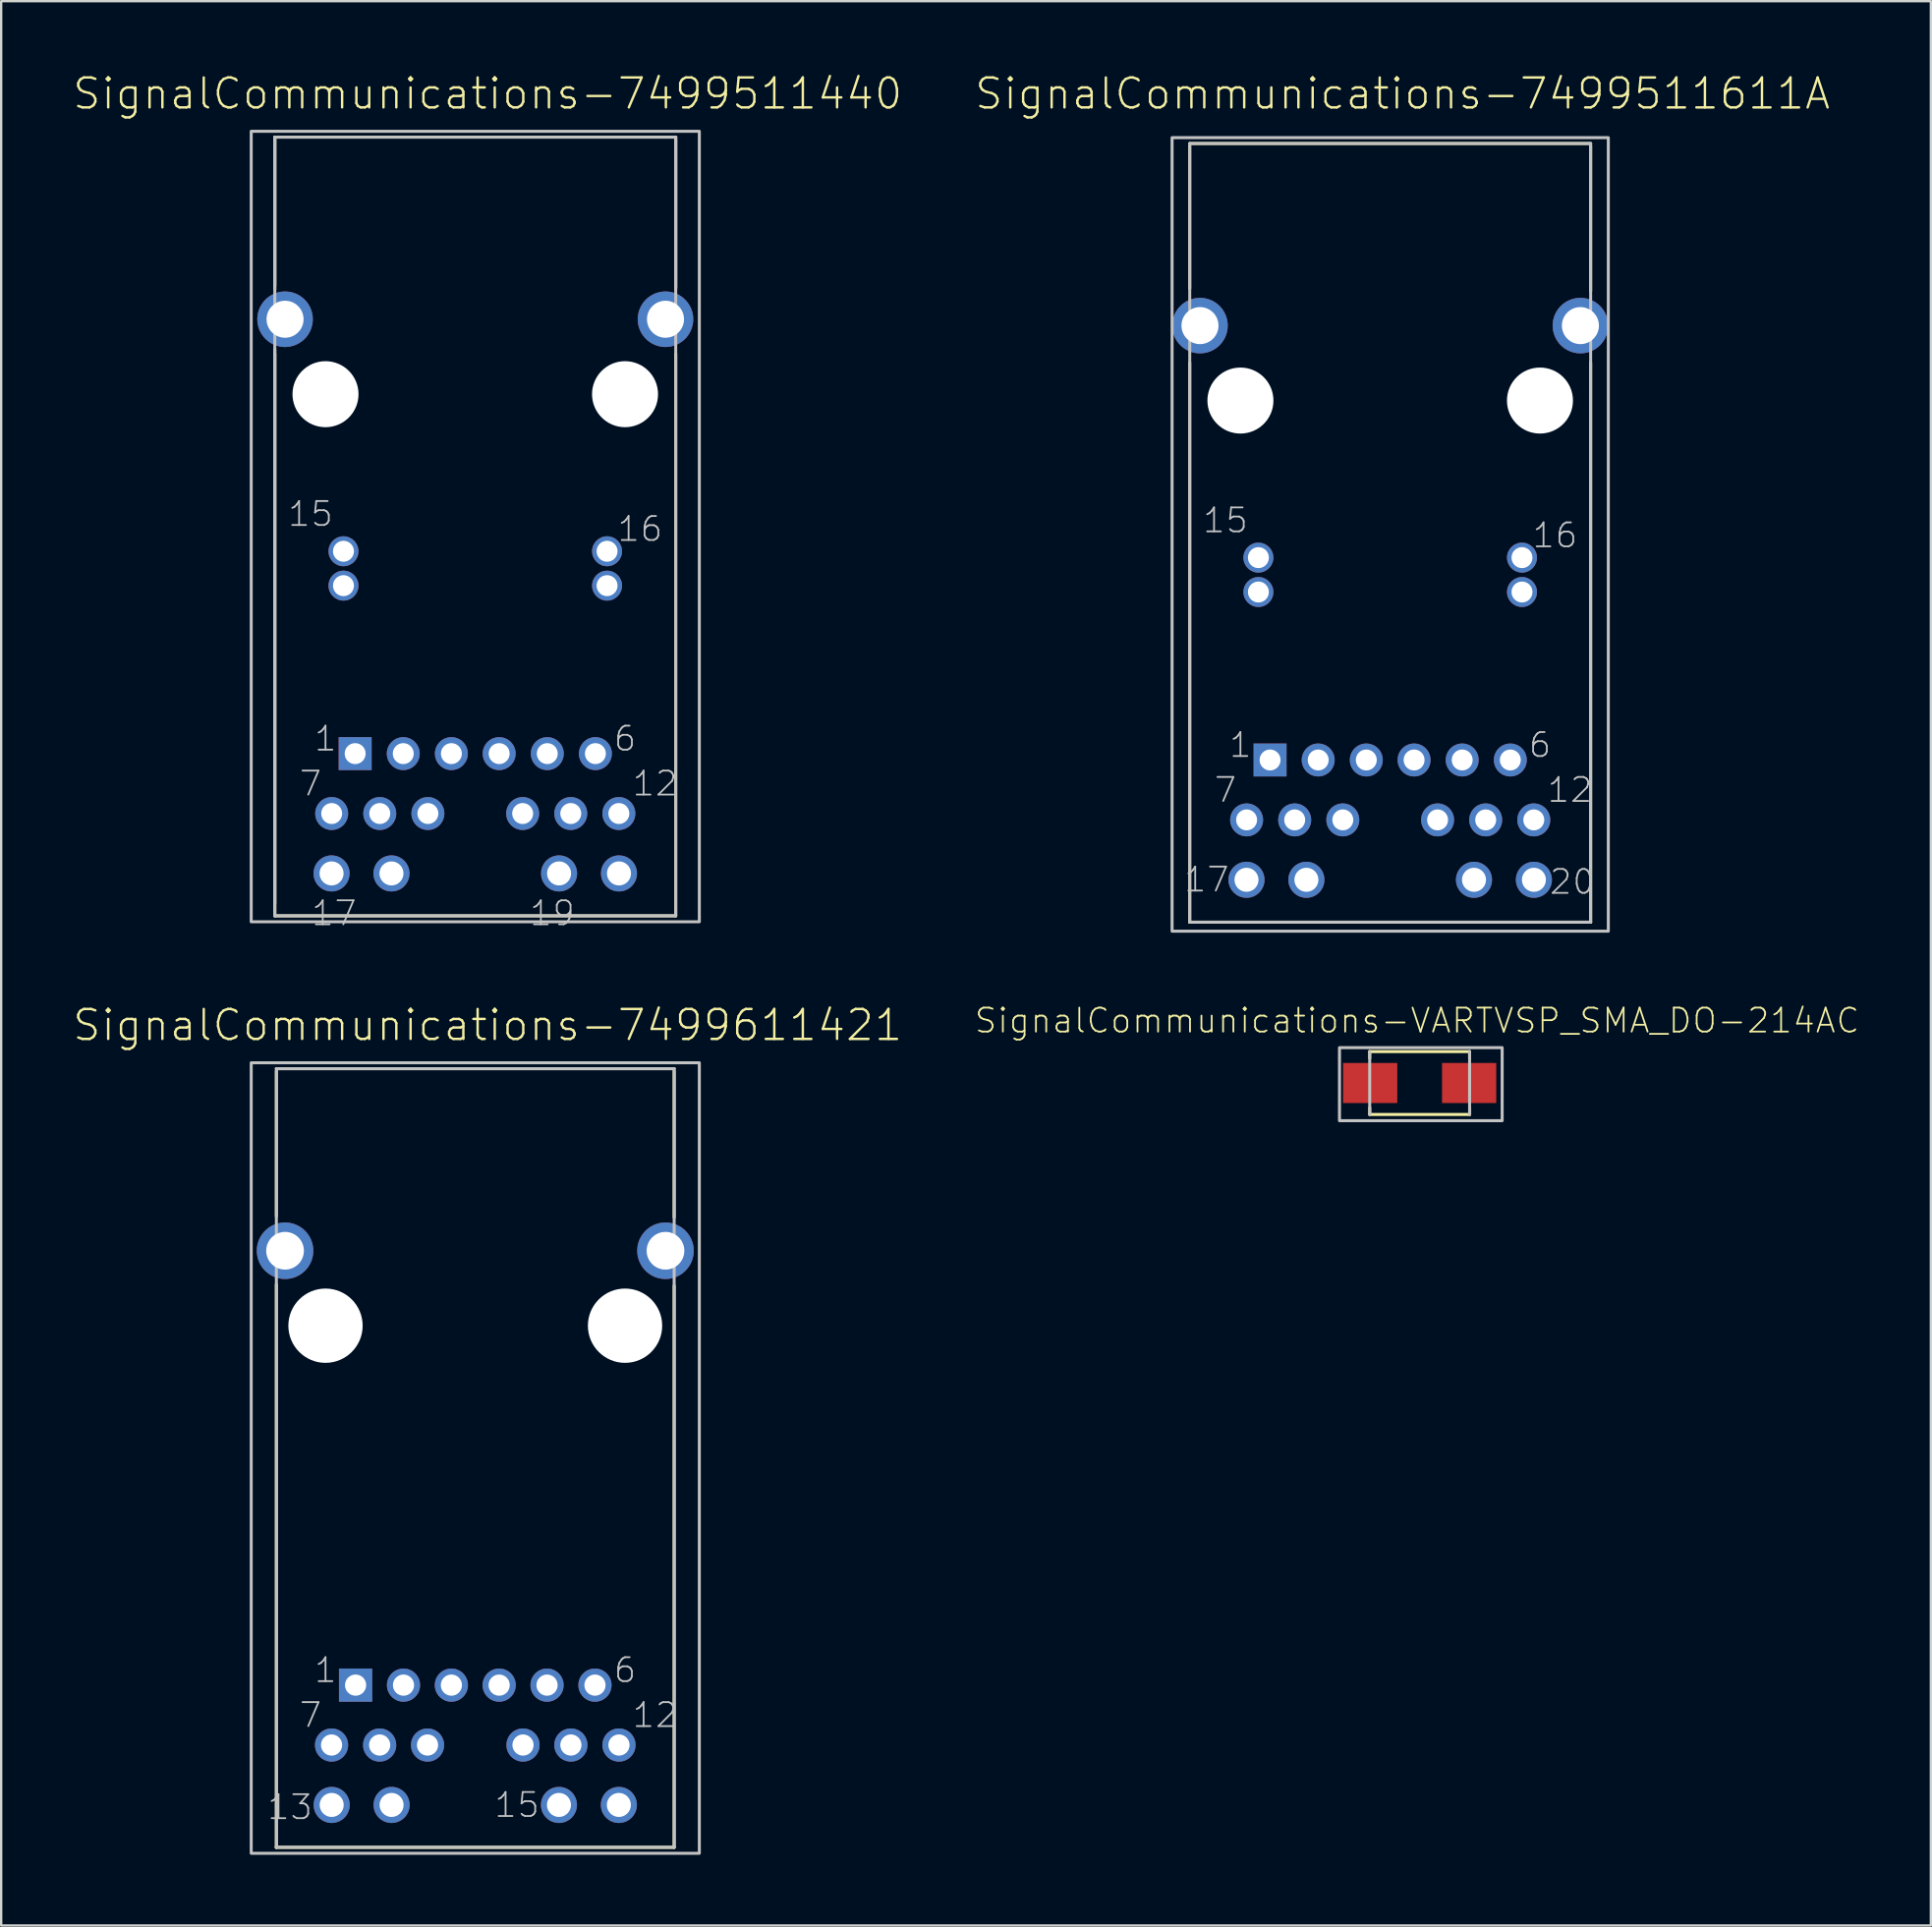
<source format=kicad_pcb>
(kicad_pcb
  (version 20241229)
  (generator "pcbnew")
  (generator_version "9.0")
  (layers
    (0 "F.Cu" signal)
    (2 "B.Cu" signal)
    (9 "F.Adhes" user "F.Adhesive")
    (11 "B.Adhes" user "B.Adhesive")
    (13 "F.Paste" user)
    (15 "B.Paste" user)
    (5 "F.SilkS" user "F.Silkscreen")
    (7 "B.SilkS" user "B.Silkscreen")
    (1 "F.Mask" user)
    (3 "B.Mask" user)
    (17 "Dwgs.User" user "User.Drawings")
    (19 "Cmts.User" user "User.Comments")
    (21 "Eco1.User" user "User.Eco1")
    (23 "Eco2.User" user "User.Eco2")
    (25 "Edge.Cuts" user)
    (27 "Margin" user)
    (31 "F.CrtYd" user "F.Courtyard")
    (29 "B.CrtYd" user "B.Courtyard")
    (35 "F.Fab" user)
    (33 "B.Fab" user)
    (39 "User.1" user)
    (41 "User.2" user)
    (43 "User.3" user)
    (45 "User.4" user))
  (footprint "SignalCommunications-7499511440"
    (layer "F.Cu")
    (at 17.101 13.664)
    (property "Reference" "SignalCommunications-7499511440" (at 0.523 -12.743 0) (layer "F.SilkS") (effects (font (size 1.27 1.27) (thickness 0.102))))
    (attr exclude_from_pos_files exclude_from_bom)
    (fp_line (start -8.499 -10.899) (end 8.499 -10.899) (stroke (width 0.127) (type solid)) (layer "F.SilkS"))
    (fp_line (start -8.499 -4.608) (end -8.499 -10.899) (stroke (width 0.127) (type solid)) (layer "F.SilkS"))
    (fp_line (start -8.499 22.118) (end -8.499 -1.72) (stroke (width 0.127) (type solid)) (layer "F.SilkS"))
    (fp_line (start -8.499 22.118) (end 8.499 22.118) (stroke (width 0.127) (type solid)) (layer "F.SilkS"))
    (fp_line (start 8.499 -10.899) (end 8.499 -4.529) (stroke (width 0.127) (type solid)) (layer "F.SilkS"))
    (fp_line (start 8.499 22.118) (end 8.499 -1.72) (stroke (width 0.127) (type solid)) (layer "F.SilkS"))
    (fp_line (start -8.499 -10.899) (end -8.499 22.118) (stroke (width 0.127) (type solid)) (layer "Dwgs.User"))
    (fp_line (start -8.499 -10.795) (end -8.499 -4.445) (stroke (width 0.127) (type solid)) (layer "Dwgs.User"))
    (fp_line (start -8.499 -1.905) (end -8.499 21.59) (stroke (width 0.127) (type solid)) (layer "Dwgs.User"))
    (fp_line (start -8.499 22.118) (end 8.499 22.118) (stroke (width 0.127) (type solid)) (layer "Dwgs.User"))
    (fp_line (start 8.499 -10.899) (end -8.499 -10.899) (stroke (width 0.127) (type solid)) (layer "Dwgs.User"))
    (fp_line (start 8.499 -10.899) (end 8.499 22.118) (stroke (width 0.127) (type solid)) (layer "Dwgs.User"))
    (fp_line (start 8.499 -10.795) (end 8.499 -4.445) (stroke (width 0.127) (type solid)) (layer "Dwgs.User"))
    (fp_poly (pts (xy -9.5 -11.148) (xy 9.5 -11.148) (xy 9.5 22.37) (xy -9.5 22.37) (xy -9.5 -11.148)) (stroke (width 0.127) (type solid)) (fill no) (layer "Dwgs.User"))
    (fp_text user "19" (at 3.264 22.009 0) (layer "Dwgs.User") (effects (font (size 1.016 1.016) (thickness 0.076))))
    (fp_text user "16" (at 6.985 5.715 0) (layer "Dwgs.User") (effects (font (size 1.016 1.016) (thickness 0.076))))
    (fp_text user "7" (at -6.985 16.51 0) (layer "Dwgs.User") (effects (font (size 1.016 1.016) (thickness 0.076))))
    (fp_text user "1" (at -6.35 14.605 0) (layer "Dwgs.User") (effects (font (size 1.016 1.016) (thickness 0.076))))
    (fp_text user "6" (at 6.35 14.605 0) (layer "Dwgs.User") (effects (font (size 1.016 1.016) (thickness 0.076))))
    (fp_text user "15" (at -6.985 5.08 0) (layer "Dwgs.User") (effects (font (size 1.016 1.016) (thickness 0.076))))
    (fp_text user "12" (at 7.62 16.51 0) (layer "Dwgs.User") (effects (font (size 1.016 1.016) (thickness 0.076))))
    (fp_text user "17" (at -5.984 22.009 0) (layer "Dwgs.User") (effects (font (size 1.016 1.016) (thickness 0.076))))
    (pad "" np_thru_hole circle (at -6.35 0) (size 2.799 2.799) (drill 2.799) (layers "*.Cu" "*.Mask"))
    (pad "" np_thru_hole circle (at 6.35 0) (size 2.799 2.799) (drill 2.799) (layers "*.Cu" "*.Mask"))
    (pad "1" thru_hole rect (at -5.093 15.24) (size 1.397 1.397) (drill 0.889) (layers "*.Cu" "*.Paste" "*.Mask"))
    (pad "2" thru_hole circle (at -3.053 15.24) (size 1.397 1.397) (drill 0.889) (layers "*.Cu" "*.Paste" "*.Mask"))
    (pad "3" thru_hole circle (at -1.013 15.24) (size 1.397 1.397) (drill 0.889) (layers "*.Cu" "*.Paste" "*.Mask"))
    (pad "4" thru_hole circle (at 1.013 15.24) (size 1.397 1.397) (drill 0.889) (layers "*.Cu" "*.Paste" "*.Mask"))
    (pad "5" thru_hole circle (at 3.053 15.24) (size 1.397 1.397) (drill 0.889) (layers "*.Cu" "*.Paste" "*.Mask"))
    (pad "6" thru_hole circle (at 5.093 15.24) (size 1.397 1.397) (drill 0.889) (layers "*.Cu" "*.Paste" "*.Mask"))
    (pad "7" thru_hole circle (at -6.088 17.78) (size 1.397 1.397) (drill 0.889) (layers "*.Cu" "*.Paste" "*.Mask"))
    (pad "8" thru_hole circle (at -4.049 17.78) (size 1.397 1.397) (drill 0.889) (layers "*.Cu" "*.Paste" "*.Mask"))
    (pad "9" thru_hole circle (at -2.009 17.78) (size 1.397 1.397) (drill 0.889) (layers "*.Cu" "*.Paste" "*.Mask"))
    (pad "10" thru_hole circle (at 2.009 17.78) (size 1.397 1.397) (drill 0.889) (layers "*.Cu" "*.Paste" "*.Mask"))
    (pad "11" thru_hole circle (at 4.049 17.78) (size 1.397 1.397) (drill 0.889) (layers "*.Cu" "*.Paste" "*.Mask"))
    (pad "12" thru_hole circle (at 6.088 17.78) (size 1.397 1.397) (drill 0.889) (layers "*.Cu" "*.Paste" "*.Mask"))
    (pad "13" thru_hole circle (at -5.588 8.118) (size 1.27 1.27) (drill 0.889) (layers "*.Cu" "*.Paste" "*.Mask"))
    (pad "14" thru_hole circle (at 5.588 8.118) (size 1.27 1.27) (drill 0.889) (layers "*.Cu" "*.Paste" "*.Mask"))
    (pad "15" thru_hole circle (at -5.588 6.66) (size 1.27 1.27) (drill 0.889) (layers "*.Cu" "*.Paste" "*.Mask"))
    (pad "16" thru_hole circle (at 5.588 6.66) (size 1.27 1.27) (drill 0.889) (layers "*.Cu" "*.Paste" "*.Mask"))
    (pad "17" thru_hole circle (at -6.093 20.32) (size 1.529 1.529) (drill 1.019) (layers "*.Cu" "*.Paste" "*.Mask"))
    (pad "18" thru_hole circle (at -3.553 20.32) (size 1.529 1.529) (drill 1.019) (layers "*.Cu" "*.Paste" "*.Mask"))
    (pad "19" thru_hole circle (at 3.553 20.32) (size 1.529 1.529) (drill 1.019) (layers "*.Cu" "*.Paste" "*.Mask"))
    (pad "20" thru_hole circle (at 6.093 20.32) (size 1.529 1.529) (drill 1.019) (layers "*.Cu" "*.Paste" "*.Mask"))
    (pad "Z1" thru_hole circle (at -8.065 -3.178) (size 2.355 2.355) (drill 1.57) (layers "*.Cu" "*.Paste" "*.Mask"))
    (pad "Z2" thru_hole circle (at 8.065 -3.178) (size 2.355 2.355) (drill 1.57) (layers "*.Cu" "*.Paste" "*.Mask")))
  (footprint "SignalCommunications-VARTVSP_SMA_DO-214AC"
    (layer "F.Cu")
    (at 57.142 42.871)
    (property "Reference" "SignalCommunications-VARTVSP_SMA_DO-214AC" (at -0.109 -2.647 0) (layer "F.SilkS") (effects (font (size 1.016 1.016) (thickness 0.076))))
    (attr smd)
    (fp_line (start -2.118 -1.046) (end -2.118 -1.336) (stroke (width 0.127) (type solid)) (layer "F.SilkS"))
    (fp_line (start -2.118 1.333) (end 2.118 1.333) (stroke (width 0.127) (type solid)) (layer "F.SilkS"))
    (fp_line (start -2.116 1.046) (end -2.116 1.336) (stroke (width 0.127) (type solid)) (layer "F.SilkS"))
    (fp_line (start 2.118 -1.333) (end -2.118 -1.333) (stroke (width 0.127) (type solid)) (layer "F.SilkS"))
    (fp_line (start 2.118 -1.046) (end 2.118 -1.333) (stroke (width 0.127) (type solid)) (layer "F.SilkS"))
    (fp_line (start 2.121 1.046) (end 2.121 1.336) (stroke (width 0.127) (type solid)) (layer "F.SilkS"))
    (fp_line (start -2.118 -1.333) (end -2.118 1.333) (stroke (width 0.127) (type solid)) (layer "Dwgs.User"))
    (fp_line (start 2.118 1.333) (end 2.118 -1.333) (stroke (width 0.127) (type solid)) (layer "Dwgs.User"))
    (fp_poly (pts (xy -3.399 -1.499) (xy 3.498 -1.499) (xy 3.498 1.598) (xy -3.399 1.598) (xy -3.399 -1.499)) (stroke (width 0.127) (type solid)) (fill no) (layer "Dwgs.User"))
    (pad "1" smd rect (at -2.098 0) (size 2.299 1.699) (layers "F.Cu" "F.Mask" "F.Paste"))
    (pad "2" smd rect (at 2.098 0) (size 2.299 1.699) (layers "F.Cu" "F.Mask" "F.Paste")))
  (footprint "SignalCommunications-7499611421"
    (layer "F.Cu")
    (at 17.101 53.161)
    (property "Reference" "SignalCommunications-7499611421" (at 0.523 -12.743 0) (layer "F.SilkS") (effects (font (size 1.27 1.27) (thickness 0.102))))
    (attr exclude_from_pos_files exclude_from_bom)
    (fp_line (start -8.438 22.118) (end -8.433 22.118) (stroke (width 0.127) (type solid)) (layer "F.SilkS"))
    (fp_line (start -8.433 -10.795) (end -8.433 -4.643) (stroke (width 0.127) (type solid)) (layer "F.SilkS"))
    (fp_line (start -8.433 -1.745) (end -8.433 22.118) (stroke (width 0.127) (type solid)) (layer "F.SilkS"))
    (fp_line (start -8.433 22.118) (end 8.433 22.118) (stroke (width 0.127) (type solid)) (layer "F.SilkS"))
    (fp_line (start 8.433 -10.899) (end -8.433 -10.899) (stroke (width 0.127) (type solid)) (layer "F.SilkS"))
    (fp_line (start 8.433 -10.795) (end 8.433 -4.595) (stroke (width 0.127) (type solid)) (layer "F.SilkS"))
    (fp_line (start 8.433 -1.694) (end 8.433 22.118) (stroke (width 0.127) (type solid)) (layer "F.SilkS"))
    (fp_line (start -8.433 -10.899) (end -8.433 22.118) (stroke (width 0.127) (type solid)) (layer "Dwgs.User"))
    (fp_line (start -8.433 22.118) (end 8.433 22.118) (stroke (width 0.127) (type solid)) (layer "Dwgs.User"))
    (fp_line (start 8.433 -10.899) (end -8.433 -10.899) (stroke (width 0.127) (type solid)) (layer "Dwgs.User"))
    (fp_line (start 8.433 -10.899) (end 8.433 22.118) (stroke (width 0.127) (type solid)) (layer "Dwgs.User"))
    (fp_poly (pts (xy -9.5 -11.148) (xy 9.5 -11.148) (xy 9.5 22.37) (xy -9.5 22.37) (xy -9.5 -11.148)) (stroke (width 0.127) (type solid)) (fill no) (layer "Dwgs.User"))
    (fp_text user "6" (at 6.35 14.605 0) (layer "Dwgs.User") (effects (font (size 1.016 1.016) (thickness 0.076))))
    (fp_text user "7" (at -6.985 16.51 0) (layer "Dwgs.User") (effects (font (size 1.016 1.016) (thickness 0.076))))
    (fp_text user "1" (at -6.35 14.605 0) (layer "Dwgs.User") (effects (font (size 1.016 1.016) (thickness 0.076))))
    (fp_text user "13" (at -7.859 20.414 0) (layer "Dwgs.User") (effects (font (size 1.016 1.016) (thickness 0.076))))
    (fp_text user "12" (at 7.62 16.51 0) (layer "Dwgs.User") (effects (font (size 1.016 1.016) (thickness 0.076))))
    (fp_text user "15" (at 1.768 20.323 0) (layer "Dwgs.User") (effects (font (size 1.016 1.016) (thickness 0.076))))
    (pad "" np_thru_hole circle (at -6.35 0) (size 3.15 3.15) (drill 3.15) (layers "*.Cu" "*.Mask"))
    (pad "" np_thru_hole circle (at 6.35 0) (size 3.15 3.15) (drill 3.15) (layers "*.Cu" "*.Mask"))
    (pad "1" thru_hole rect (at -5.075 15.24) (size 1.407 1.407) (drill 0.899) (layers "*.Cu" "*.Paste" "*.Mask"))
    (pad "2" thru_hole circle (at -3.043 15.24) (size 1.407 1.407) (drill 0.899) (layers "*.Cu" "*.Paste" "*.Mask"))
    (pad "3" thru_hole circle (at -1.013 15.24) (size 1.407 1.407) (drill 0.899) (layers "*.Cu" "*.Paste" "*.Mask"))
    (pad "4" thru_hole circle (at 1.013 15.24) (size 1.407 1.407) (drill 0.899) (layers "*.Cu" "*.Paste" "*.Mask"))
    (pad "5" thru_hole circle (at 3.043 15.24) (size 1.407 1.407) (drill 0.899) (layers "*.Cu" "*.Paste" "*.Mask"))
    (pad "6" thru_hole circle (at 5.075 15.24) (size 1.407 1.407) (drill 0.899) (layers "*.Cu" "*.Paste" "*.Mask"))
    (pad "7" thru_hole circle (at -6.093 17.78) (size 1.407 1.407) (drill 0.899) (layers "*.Cu" "*.Paste" "*.Mask"))
    (pad "8" thru_hole circle (at -4.054 17.78) (size 1.407 1.407) (drill 0.899) (layers "*.Cu" "*.Paste" "*.Mask"))
    (pad "9" thru_hole circle (at -2.024 17.78) (size 1.407 1.407) (drill 0.899) (layers "*.Cu" "*.Paste" "*.Mask"))
    (pad "10" thru_hole circle (at 2.024 17.78) (size 1.407 1.407) (drill 0.899) (layers "*.Cu" "*.Paste" "*.Mask"))
    (pad "11" thru_hole circle (at 4.054 17.78) (size 1.407 1.407) (drill 0.899) (layers "*.Cu" "*.Paste" "*.Mask"))
    (pad "12" thru_hole circle (at 6.093 17.78) (size 1.407 1.407) (drill 0.899) (layers "*.Cu" "*.Paste" "*.Mask"))
    (pad "13" thru_hole circle (at -6.088 20.32) (size 1.529 1.529) (drill 1.019) (layers "*.Cu" "*.Paste" "*.Mask"))
    (pad "14" thru_hole circle (at -3.548 20.32) (size 1.529 1.529) (drill 1.019) (layers "*.Cu" "*.Paste" "*.Mask"))
    (pad "15" thru_hole circle (at 3.548 20.32) (size 1.529 1.529) (drill 1.019) (layers "*.Cu" "*.Paste" "*.Mask"))
    (pad "16" thru_hole circle (at 6.088 20.32) (size 1.529 1.529) (drill 1.019) (layers "*.Cu" "*.Paste" "*.Mask"))
    (pad "Z1" thru_hole circle (at -8.065 -3.178) (size 2.398 2.398) (drill 1.598) (layers "*.Cu" "*.Paste" "*.Mask"))
    (pad "Z2" thru_hole circle (at 8.065 -3.178) (size 2.398 2.398) (drill 1.598) (layers "*.Cu" "*.Paste" "*.Mask")))
  (footprint "SignalCommunications-7499511611A"
    (layer "F.Cu")
    (at 55.893 13.934)
    (property "Reference" "SignalCommunications-7499511611A" (at 0.523 -13.012 0) (layer "F.SilkS") (effects (font (size 1.27 1.27) (thickness 0.102))))
    (attr exclude_from_pos_files exclude_from_bom)
    (fp_line (start -8.499 -10.795) (end -8.499 -4.745) (stroke (width 0.127) (type solid)) (layer "F.SilkS"))
    (fp_line (start -8.499 -1.603) (end -8.499 22.118) (stroke (width 0.127) (type solid)) (layer "F.SilkS"))
    (fp_line (start -8.499 22.118) (end 8.499 22.118) (stroke (width 0.127) (type solid)) (layer "F.SilkS"))
    (fp_line (start 8.499 -10.899) (end -8.499 -10.899) (stroke (width 0.127) (type solid)) (layer "F.SilkS"))
    (fp_line (start 8.499 -10.795) (end 8.499 -4.643) (stroke (width 0.127) (type solid)) (layer "F.SilkS"))
    (fp_line (start 8.499 -1.603) (end 8.499 22.118) (stroke (width 0.127) (type solid)) (layer "F.SilkS"))
    (fp_line (start -8.499 -10.899) (end -8.499 22.118) (stroke (width 0.127) (type solid)) (layer "Dwgs.User"))
    (fp_line (start -8.499 22.118) (end 8.499 22.118) (stroke (width 0.127) (type solid)) (layer "Dwgs.User"))
    (fp_line (start 8.499 -10.899) (end -8.499 -10.899) (stroke (width 0.127) (type solid)) (layer "Dwgs.User"))
    (fp_line (start 8.499 -10.899) (end 8.499 22.118) (stroke (width 0.127) (type solid)) (layer "Dwgs.User"))
    (fp_poly (pts (xy -9.248 -11.148) (xy 9.248 -11.148) (xy 9.248 22.499) (xy -9.248 22.499) (xy -9.248 -11.148)) (stroke (width 0.127) (type solid)) (fill no) (layer "Dwgs.User"))
    (fp_text user "12" (at 7.62 16.51 0) (layer "Dwgs.User") (effects (font (size 1.016 1.016) (thickness 0.076))))
    (fp_text user "16" (at 6.985 5.715 0) (layer "Dwgs.User") (effects (font (size 1.016 1.016) (thickness 0.076))))
    (fp_text user "17" (at -7.783 20.31 0) (layer "Dwgs.User") (effects (font (size 1.016 1.016) (thickness 0.076))))
    (fp_text user "6" (at 6.35 14.605 0) (layer "Dwgs.User") (effects (font (size 1.016 1.016) (thickness 0.076))))
    (fp_text user "20" (at 7.714 20.409 0) (layer "Dwgs.User") (effects (font (size 1.016 1.016) (thickness 0.076))))
    (fp_text user "1" (at -6.35 14.605 0) (layer "Dwgs.User") (effects (font (size 1.016 1.016) (thickness 0.076))))
    (fp_text user "7" (at -6.985 16.51 0) (layer "Dwgs.User") (effects (font (size 1.016 1.016) (thickness 0.076))))
    (fp_text user "15" (at -6.985 5.08 0) (layer "Dwgs.User") (effects (font (size 1.016 1.016) (thickness 0.076))))
    (pad "" np_thru_hole circle (at -6.35 0) (size 2.799 2.799) (drill 2.799) (layers "*.Cu" "*.Mask"))
    (pad "" np_thru_hole circle (at 6.35 0) (size 2.799 2.799) (drill 2.799) (layers "*.Cu" "*.Mask"))
    (pad "1" thru_hole rect (at -5.093 15.24) (size 1.397 1.397) (drill 0.889) (layers "*.Cu" "*.Paste" "*.Mask"))
    (pad "2" thru_hole circle (at -3.053 15.24) (size 1.397 1.397) (drill 0.889) (layers "*.Cu" "*.Paste" "*.Mask"))
    (pad "3" thru_hole circle (at -1.013 15.24) (size 1.397 1.397) (drill 0.889) (layers "*.Cu" "*.Paste" "*.Mask"))
    (pad "4" thru_hole circle (at 1.013 15.24) (size 1.397 1.397) (drill 0.889) (layers "*.Cu" "*.Paste" "*.Mask"))
    (pad "5" thru_hole circle (at 3.053 15.24) (size 1.397 1.397) (drill 0.889) (layers "*.Cu" "*.Paste" "*.Mask"))
    (pad "6" thru_hole circle (at 5.093 15.24) (size 1.397 1.397) (drill 0.889) (layers "*.Cu" "*.Paste" "*.Mask"))
    (pad "7" thru_hole circle (at -6.088 17.78) (size 1.397 1.397) (drill 0.889) (layers "*.Cu" "*.Paste" "*.Mask"))
    (pad "8" thru_hole circle (at -4.049 17.78) (size 1.397 1.397) (drill 0.889) (layers "*.Cu" "*.Paste" "*.Mask"))
    (pad "9" thru_hole circle (at -2.009 17.78) (size 1.397 1.397) (drill 0.889) (layers "*.Cu" "*.Paste" "*.Mask"))
    (pad "10" thru_hole circle (at 2.009 17.78) (size 1.397 1.397) (drill 0.889) (layers "*.Cu" "*.Paste" "*.Mask"))
    (pad "11" thru_hole circle (at 4.049 17.78) (size 1.397 1.397) (drill 0.889) (layers "*.Cu" "*.Paste" "*.Mask"))
    (pad "12" thru_hole circle (at 6.088 17.78) (size 1.397 1.397) (drill 0.889) (layers "*.Cu" "*.Paste" "*.Mask"))
    (pad "13" thru_hole circle (at -5.588 8.118) (size 1.27 1.27) (drill 0.889) (layers "*.Cu" "*.Paste" "*.Mask"))
    (pad "14" thru_hole circle (at 5.588 8.118) (size 1.27 1.27) (drill 0.889) (layers "*.Cu" "*.Paste" "*.Mask"))
    (pad "15" thru_hole circle (at -5.588 6.66) (size 1.27 1.27) (drill 0.889) (layers "*.Cu" "*.Paste" "*.Mask"))
    (pad "16" thru_hole circle (at 5.588 6.66) (size 1.27 1.27) (drill 0.889) (layers "*.Cu" "*.Paste" "*.Mask"))
    (pad "17" thru_hole circle (at -6.093 20.32) (size 1.529 1.529) (drill 1.019) (layers "*.Cu" "*.Paste" "*.Mask"))
    (pad "18" thru_hole circle (at -3.553 20.32) (size 1.529 1.529) (drill 1.019) (layers "*.Cu" "*.Paste" "*.Mask"))
    (pad "19" thru_hole circle (at 3.553 20.32) (size 1.529 1.529) (drill 1.019) (layers "*.Cu" "*.Paste" "*.Mask"))
    (pad "20" thru_hole circle (at 6.093 20.32) (size 1.529 1.529) (drill 1.019) (layers "*.Cu" "*.Paste" "*.Mask"))
    (pad "Z1" thru_hole circle (at -8.065 -3.178) (size 2.355 2.355) (drill 1.57) (layers "*.Cu" "*.Paste" "*.Mask"))
    (pad "Z2" thru_hole circle (at 8.065 -3.178) (size 2.355 2.355) (drill 1.57) (layers "*.Cu" "*.Paste" "*.Mask")))
  (gr_rect
    (start -3 -3)
    (end 78.817 78.594)
    (stroke (width 0.1) (type default))
    (fill no)
    (layer "Edge.Cuts")))
</source>
